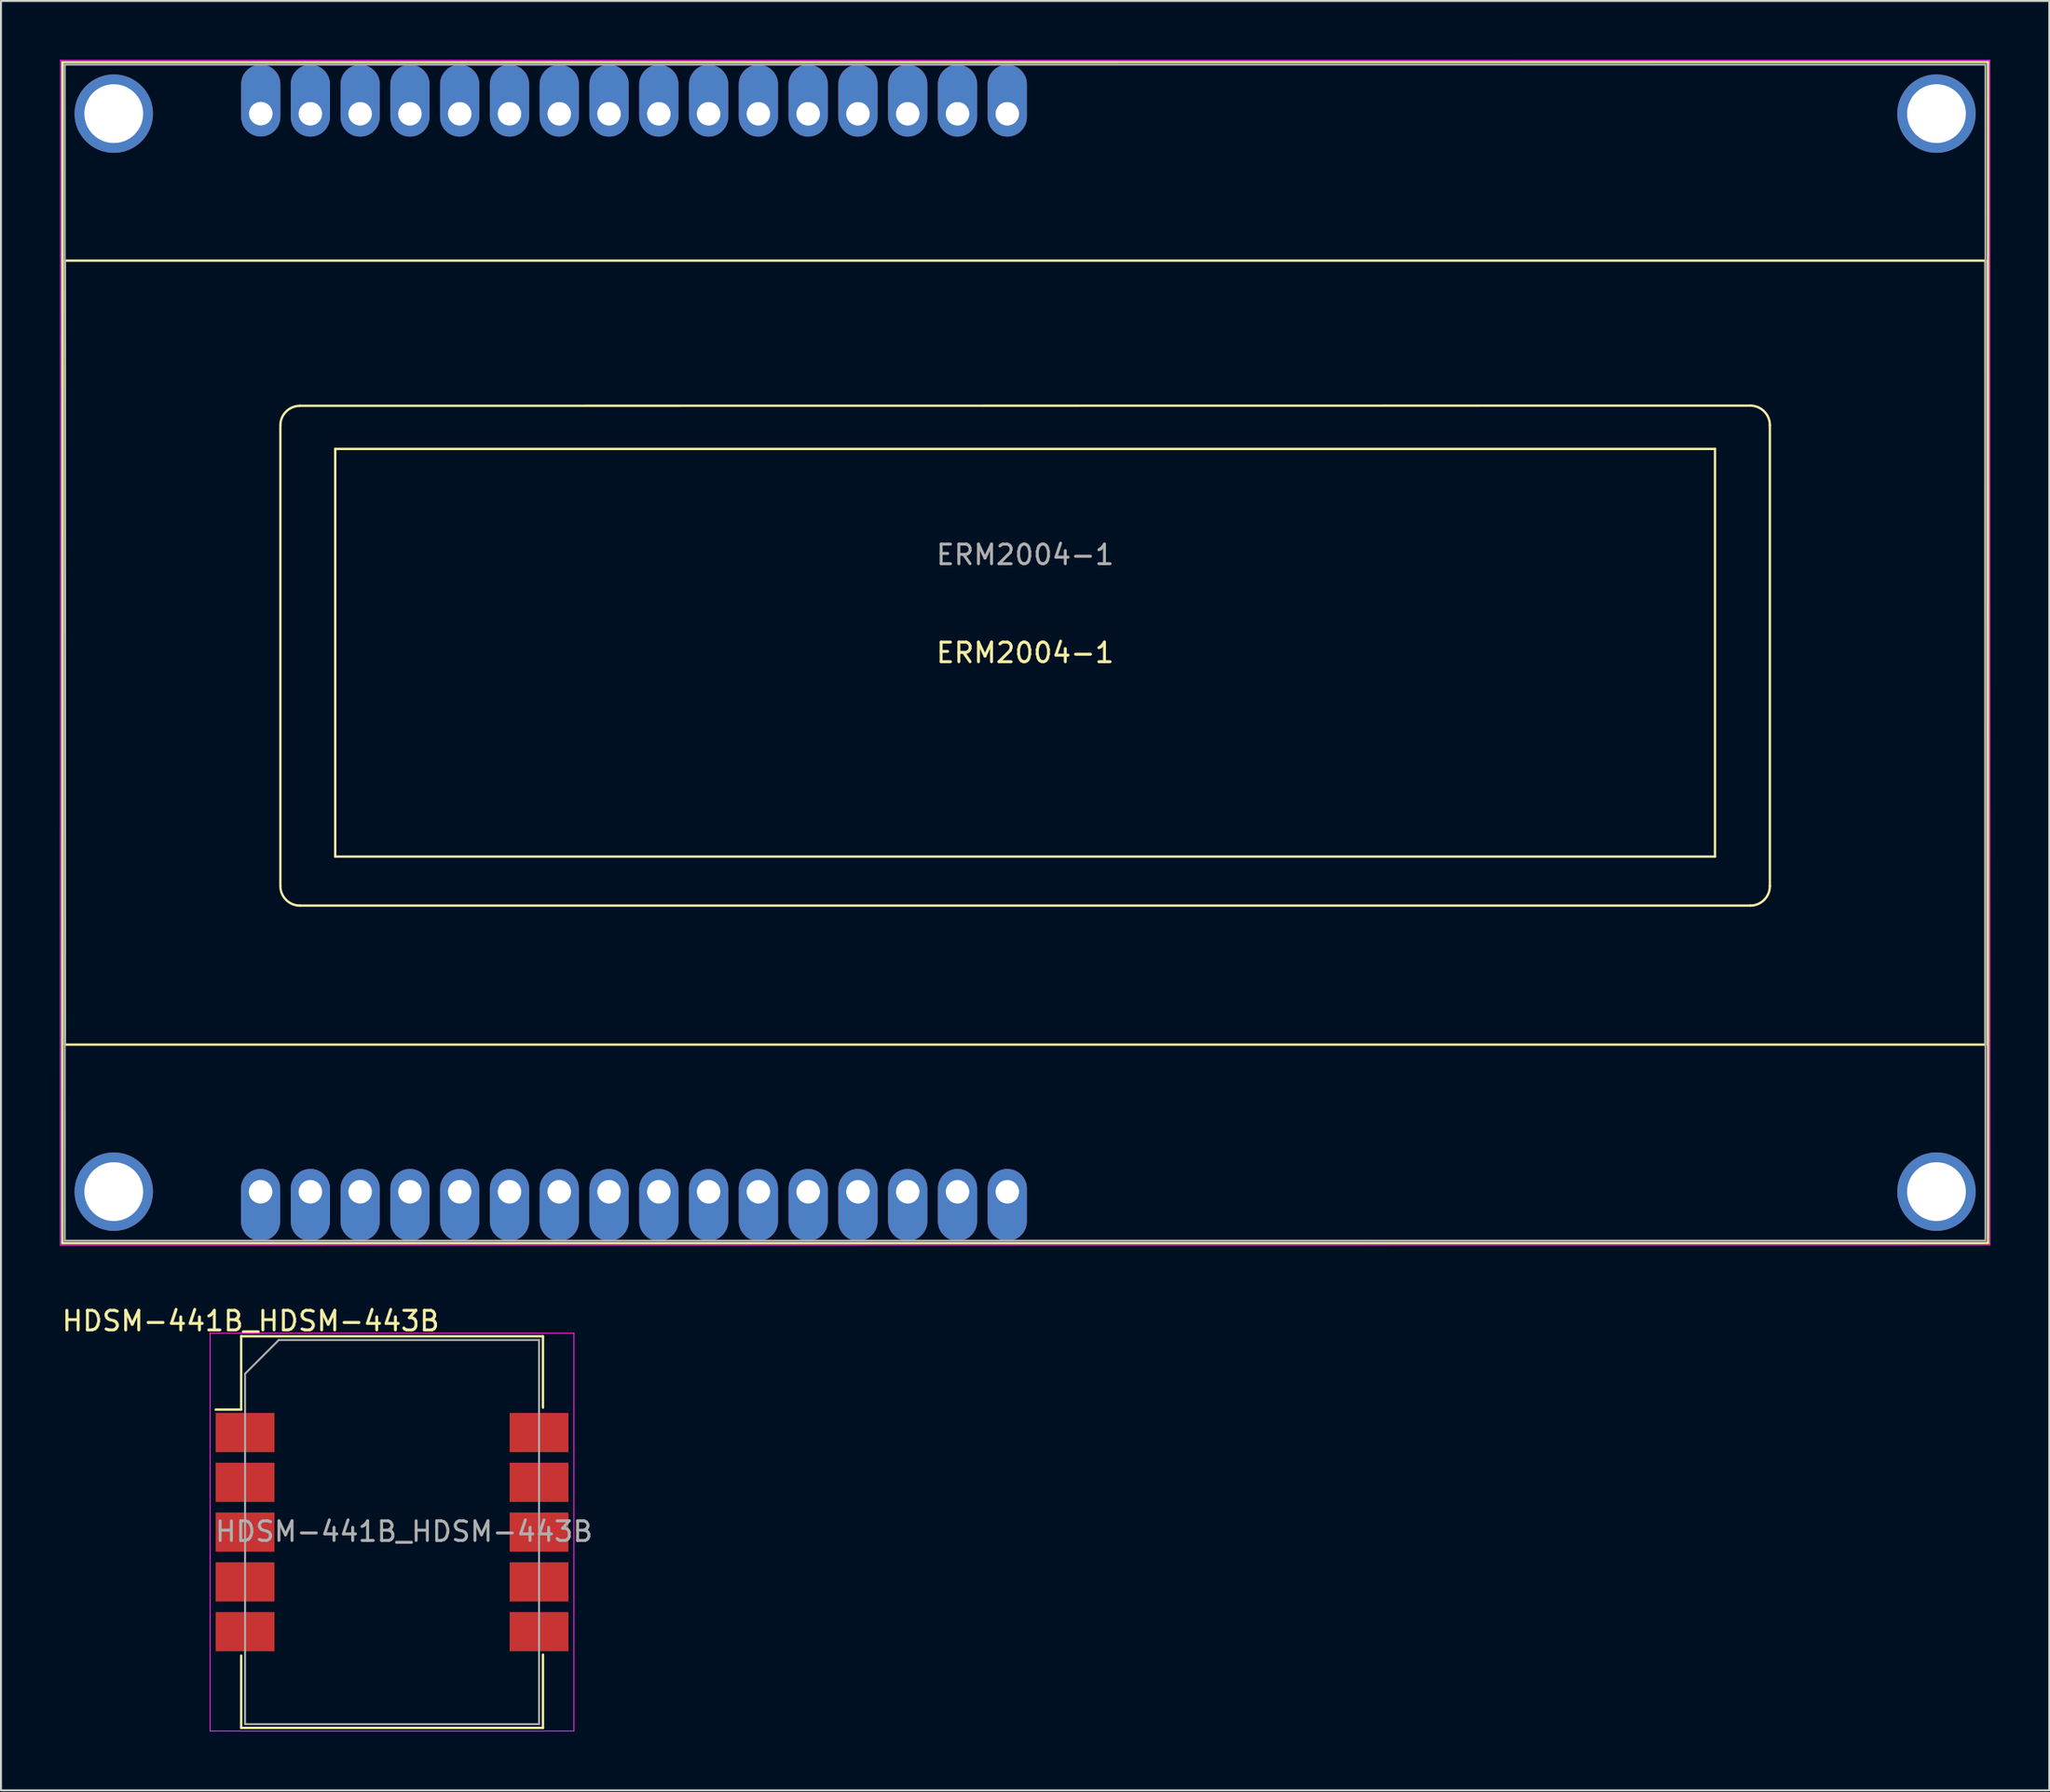
<source format=kicad_pcb>
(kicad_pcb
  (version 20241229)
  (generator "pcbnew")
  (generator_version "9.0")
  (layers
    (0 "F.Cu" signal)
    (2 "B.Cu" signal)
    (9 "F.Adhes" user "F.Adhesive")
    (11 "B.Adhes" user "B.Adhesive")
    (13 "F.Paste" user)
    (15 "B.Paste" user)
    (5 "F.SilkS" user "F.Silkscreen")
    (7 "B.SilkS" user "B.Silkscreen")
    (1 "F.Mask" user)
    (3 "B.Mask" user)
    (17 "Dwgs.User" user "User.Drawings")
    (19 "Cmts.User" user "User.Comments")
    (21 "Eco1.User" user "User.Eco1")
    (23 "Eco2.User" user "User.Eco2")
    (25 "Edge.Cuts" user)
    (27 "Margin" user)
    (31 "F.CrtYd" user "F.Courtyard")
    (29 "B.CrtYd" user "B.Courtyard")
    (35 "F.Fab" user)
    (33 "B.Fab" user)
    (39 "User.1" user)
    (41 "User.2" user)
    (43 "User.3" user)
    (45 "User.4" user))
  (footprint "ERM2004-1"
    (layer "F.Cu")
    (at 10.275 2.735)
    (property "Reference" "ERM2004-1" (at 38.98 27.52 0) (layer "F.SilkS") (effects (font (size 1 1) (thickness 0.15))))
    (attr through_hole)
    (fp_line (start -10.15 57.64) (end 88.11 57.64) (stroke (width 0.12) (type solid)) (layer "F.SilkS"))
    (fp_line (start -10.14 -2.61) (end -10.15 57.64) (stroke (width 0.12) (type solid)) (layer "F.SilkS"))
    (fp_line (start -10.14 -2.61) (end 88.11 -2.62) (stroke (width 0.12) (type solid)) (layer "F.SilkS"))
    (fp_line (start -10.02 7.513) (end -10.02 47.513) (stroke (width 0.12) (type solid)) (layer "F.SilkS"))
    (fp_line (start -10.02 7.513) (end 87.98 7.513) (stroke (width 0.12) (type solid)) (layer "F.SilkS"))
    (fp_line (start 0.98 15.92) (end 0.98 39.42) (stroke (width 0.12) (type solid)) (layer "F.SilkS"))
    (fp_line (start 1.98 14.92) (end 75.98 14.91) (stroke (width 0.12) (type solid)) (layer "F.SilkS"))
    (fp_line (start 1.98 40.42) (end 75.98 40.42) (stroke (width 0.12) (type solid)) (layer "F.SilkS"))
    (fp_line (start 3.78 17.12) (end 3.78 37.92) (stroke (width 0.12) (type solid)) (layer "F.SilkS"))
    (fp_line (start 3.78 17.12) (end 74.18 17.12) (stroke (width 0.12) (type solid)) (layer "F.SilkS"))
    (fp_line (start 3.78 37.92) (end 74.18 37.92) (stroke (width 0.12) (type solid)) (layer "F.SilkS"))
    (fp_line (start 74.18 17.12) (end 74.18 37.92) (stroke (width 0.12) (type solid)) (layer "F.SilkS"))
    (fp_line (start 76.98 15.91) (end 76.98 39.42) (stroke (width 0.12) (type solid)) (layer "F.SilkS"))
    (fp_line (start 87.98 7.513) (end 87.98 47.513) (stroke (width 0.12) (type solid)) (layer "F.SilkS"))
    (fp_line (start 87.98 47.513) (end -10.02 47.513) (stroke (width 0.12) (type solid)) (layer "F.SilkS"))
    (fp_line (start 88.11 -2.62) (end 88.11 57.64) (stroke (width 0.12) (type solid)) (layer "F.SilkS"))
    (fp_arc (start 0.98 15.92) (mid 1.272893 15.212893) (end 1.98 14.92) (stroke (width 0.12) (type solid)) (layer "F.SilkS"))
    (fp_arc (start 1.98 40.42) (mid 1.272893 40.127107) (end 0.98 39.42) (stroke (width 0.12) (type solid)) (layer "F.SilkS"))
    (fp_arc (start 75.98 14.91) (mid 76.687107 15.202893) (end 76.98 15.91) (stroke (width 0.12) (type solid)) (layer "F.SilkS"))
    (fp_arc (start 76.98 39.42) (mid 76.687107 40.127107) (end 75.98 40.42) (stroke (width 0.12) (type solid)) (layer "F.SilkS"))
    (fp_line (start -10.25 57.74) (end -10.24 -2.71) (stroke (width 0.05) (type solid)) (layer "F.CrtYd"))
    (fp_line (start -10.25 57.74) (end 88.21 57.73) (stroke (width 0.05) (type solid)) (layer "F.CrtYd"))
    (fp_line (start -10.24 -2.71) (end 88.2 -2.71) (stroke (width 0.05) (type solid)) (layer "F.CrtYd"))
    (fp_line (start 88.21 57.73) (end 88.2 -2.71) (stroke (width 0.05) (type solid)) (layer "F.CrtYd"))
    (fp_line (start -10.02 -2.487) (end -10.02 57.513) (stroke (width 0.1) (type solid)) (layer "F.Fab"))
    (fp_line (start -10.02 -2.487) (end 87.98 -2.487) (stroke (width 0.1) (type solid)) (layer "F.Fab"))
    (fp_line (start -10.02 57.513) (end 87.98 57.513) (stroke (width 0.1) (type solid)) (layer "F.Fab"))
    (fp_line (start 87.98 -2.487) (end 87.98 57.513) (stroke (width 0.1) (type solid)) (layer "F.Fab"))
    (fp_text user "${REFERENCE}" (at 38.98 22.52 0) (layer "F.Fab") (effects (font (size 1 1) (thickness 0.15))))
    (pad "" thru_hole circle (at -7.52 0.013) (size 4 4) (drill 3) (layers "*.Cu" "*.Mask"))
    (pad "" thru_hole circle (at -7.52 55.013) (size 4 4) (drill 3) (layers "*.Cu" "*.Mask"))
    (pad "" thru_hole circle (at 85.48 0.013) (size 4 4) (drill 3) (layers "*.Cu" "*.Mask"))
    (pad "" thru_hole circle (at 85.48 55.013) (size 4 4) (drill 3) (layers "*.Cu" "*.Mask"))
    (pad "1" thru_hole oval (at -0.03 55.02) (size 2 3.67) (drill 1.2 (offset 0 0.67)) (layers "*.Cu" "*.Mask"))
    (pad "1" thru_hole oval (at -0.02 0.013) (size 2 3.67) (drill 1.2 (offset 0 -0.67)) (layers "*.Cu" "*.Mask"))
    (pad "2" thru_hole oval (at 2.51 0.02) (size 2 3.67) (drill 1.2 (offset 0 -0.67)) (layers "*.Cu" "*.Mask"))
    (pad "2" thru_hole oval (at 2.51 55.02) (size 2 3.67) (drill 1.2 (offset 0 0.67)) (layers "*.Cu" "*.Mask"))
    (pad "3" thru_hole oval (at 5.05 0.02) (size 2 3.67) (drill 1.2 (offset 0 -0.67)) (layers "*.Cu" "*.Mask"))
    (pad "3" thru_hole oval (at 5.05 55.02) (size 2 3.67) (drill 1.2 (offset 0 0.67)) (layers "*.Cu" "*.Mask"))
    (pad "4" thru_hole oval (at 7.59 0.02) (size 2 3.67) (drill 1.2 (offset 0 -0.67)) (layers "*.Cu" "*.Mask"))
    (pad "4" thru_hole oval (at 7.59 55.02) (size 2 3.67) (drill 1.2 (offset 0 0.67)) (layers "*.Cu" "*.Mask"))
    (pad "5" thru_hole oval (at 10.13 0.02) (size 2 3.67) (drill 1.2 (offset 0 -0.67)) (layers "*.Cu" "*.Mask"))
    (pad "5" thru_hole oval (at 10.13 55.02) (size 2 3.67) (drill 1.2 (offset 0 0.67)) (layers "*.Cu" "*.Mask"))
    (pad "6" thru_hole oval (at 12.67 0.02) (size 2 3.67) (drill 1.2 (offset 0 -0.67)) (layers "*.Cu" "*.Mask"))
    (pad "6" thru_hole oval (at 12.67 55.02) (size 2 3.67) (drill 1.2 (offset 0 0.67)) (layers "*.Cu" "*.Mask"))
    (pad "7" thru_hole oval (at 15.21 0.02) (size 2 3.67) (drill 1.2 (offset 0 -0.67)) (layers "*.Cu" "*.Mask"))
    (pad "7" thru_hole oval (at 15.21 55.02) (size 2 3.67) (drill 1.2 (offset 0 0.67)) (layers "*.Cu" "*.Mask"))
    (pad "8" thru_hole oval (at 17.75 0.02) (size 2 3.67) (drill 1.2 (offset 0 -0.67)) (layers "*.Cu" "*.Mask"))
    (pad "8" thru_hole oval (at 17.75 55.02) (size 2 3.67) (drill 1.2 (offset 0 0.67)) (layers "*.Cu" "*.Mask"))
    (pad "9" thru_hole oval (at 20.29 0.02) (size 2 3.67) (drill 1.2 (offset 0 -0.67)) (layers "*.Cu" "*.Mask"))
    (pad "9" thru_hole oval (at 20.29 55.02) (size 2 3.67) (drill 1.2 (offset 0 0.67)) (layers "*.Cu" "*.Mask"))
    (pad "10" thru_hole oval (at 22.83 0.02) (size 2 3.67) (drill 1.2 (offset 0 -0.67)) (layers "*.Cu" "*.Mask"))
    (pad "10" thru_hole oval (at 22.83 55.02) (size 2 3.67) (drill 1.2 (offset 0 0.67)) (layers "*.Cu" "*.Mask"))
    (pad "11" thru_hole oval (at 25.37 0.02) (size 2 3.67) (drill 1.2 (offset 0 -0.67)) (layers "*.Cu" "*.Mask"))
    (pad "11" thru_hole oval (at 25.37 55.02) (size 2 3.67) (drill 1.2 (offset 0 0.67)) (layers "*.Cu" "*.Mask"))
    (pad "12" thru_hole oval (at 27.91 0.02) (size 2 3.67) (drill 1.2 (offset 0 -0.67)) (layers "*.Cu" "*.Mask"))
    (pad "12" thru_hole oval (at 27.91 55.02) (size 2 3.67) (drill 1.2 (offset 0 0.67)) (layers "*.Cu" "*.Mask"))
    (pad "13" thru_hole oval (at 30.45 0.02) (size 2 3.67) (drill 1.2 (offset 0 -0.67)) (layers "*.Cu" "*.Mask"))
    (pad "13" thru_hole oval (at 30.45 55.02) (size 2 3.67) (drill 1.2 (offset 0 0.67)) (layers "*.Cu" "*.Mask"))
    (pad "14" thru_hole oval (at 32.99 0.02) (size 2 3.67) (drill 1.2 (offset 0 -0.67)) (layers "*.Cu" "*.Mask"))
    (pad "14" thru_hole oval (at 32.99 55.02) (size 2 3.67) (drill 1.2 (offset 0 0.67)) (layers "*.Cu" "*.Mask"))
    (pad "15" thru_hole oval (at 35.53 0.02) (size 2 3.67) (drill 1.2 (offset 0 -0.67)) (layers "*.Cu" "*.Mask"))
    (pad "15" thru_hole oval (at 35.53 55.02) (size 2 3.67) (drill 1.2 (offset 0 0.67)) (layers "*.Cu" "*.Mask"))
    (pad "16" thru_hole oval (at 38.07 0.02) (size 2 3.67) (drill 1.2 (offset 0 -0.67)) (layers "*.Cu" "*.Mask"))
    (pad "16" thru_hole oval (at 38.07 55.02) (size 2 3.67) (drill 1.2 (offset 0 0.67)) (layers "*.Cu" "*.Mask")))
  (footprint "HDSM-441B_HDSM-443B"
    (layer "F.Cu")
    (at 16.954 75.118)
    (property "Reference" "HDSM-441B_HDSM-443B" (at -7.21 -10.77 0) (layer "F.SilkS") (effects (font (size 1 1) (thickness 0.15))))
    (attr smd)
    (fp_line (start -9 -6.25) (end -7.7 -6.25) (stroke (width 0.12) (type solid)) (layer "F.SilkS"))
    (fp_line (start -7.7 -9.99) (end 7.7 -9.99) (stroke (width 0.12) (type solid)) (layer "F.SilkS"))
    (fp_line (start -7.7 -6.25) (end -7.7 -10) (stroke (width 0.12) (type solid)) (layer "F.SilkS"))
    (fp_line (start -7.7 6.3) (end -7.7 9.99) (stroke (width 0.12) (type solid)) (layer "F.SilkS"))
    (fp_line (start 7.7 -9.99) (end 7.7 -6.35) (stroke (width 0.12) (type solid)) (layer "F.SilkS"))
    (fp_line (start 7.7 6.25) (end 7.7 9.99) (stroke (width 0.12) (type solid)) (layer "F.SilkS"))
    (fp_line (start 7.7 9.99) (end -7.7 9.99) (stroke (width 0.12) (type solid)) (layer "F.SilkS"))
    (fp_line (start -9.28 -10.15) (end 9.28 -10.15) (stroke (width 0.05) (type solid)) (layer "F.CrtYd"))
    (fp_line (start -9.28 10.15) (end -9.28 -10.15) (stroke (width 0.05) (type solid)) (layer "F.CrtYd"))
    (fp_line (start 9.28 -10.15) (end 9.28 10.15) (stroke (width 0.05) (type solid)) (layer "F.CrtYd"))
    (fp_line (start 9.28 10.15) (end -9.28 10.15) (stroke (width 0.05) (type solid)) (layer "F.CrtYd"))
    (fp_line (start -7.5 -8.08) (end -7.5 9.8) (stroke (width 0.1) (type solid)) (layer "F.Fab"))
    (fp_line (start -7.5 -8.08) (end -5.78 -9.8) (stroke (width 0.1) (type solid)) (layer "F.Fab"))
    (fp_line (start 7.5 -9.8) (end -5.78 -9.8) (stroke (width 0.1) (type solid)) (layer "F.Fab"))
    (fp_line (start 7.5 -9.8) (end 7.5 9.8) (stroke (width 0.1) (type solid)) (layer "F.Fab"))
    (fp_line (start 7.5 9.8) (end -7.5 9.8) (stroke (width 0.1) (type solid)) (layer "F.Fab"))
    (fp_text user "${REFERENCE}" (at 0.61 -0.03 0) (layer "F.Fab") (effects (font (size 1 1) (thickness 0.15))))
    (pad "1" smd rect (at -7.5 -5.08 270) (size 2 3) (layers "F.Cu" "F.Mask" "F.Paste"))
    (pad "2" smd rect (at -7.5 -2.54 270) (size 2 3) (layers "F.Cu" "F.Mask" "F.Paste"))
    (pad "3" smd rect (at -7.5 0 270) (size 2 3) (layers "F.Cu" "F.Mask" "F.Paste"))
    (pad "4" smd rect (at -7.5 2.54 270) (size 2 3) (layers "F.Cu" "F.Mask" "F.Paste"))
    (pad "5" smd rect (at -7.5 5.08 270) (size 2 3) (layers "F.Cu" "F.Mask" "F.Paste"))
    (pad "6" smd rect (at 7.5 5.08 270) (size 2 3) (layers "F.Cu" "F.Mask" "F.Paste"))
    (pad "7" smd rect (at 7.5 2.54 270) (size 2 3) (layers "F.Cu" "F.Mask" "F.Paste"))
    (pad "8" smd rect (at 7.5 0 270) (size 2 3) (layers "F.Cu" "F.Mask" "F.Paste"))
    (pad "9" smd rect (at 7.5 -2.54 270) (size 2 3) (layers "F.Cu" "F.Mask" "F.Paste"))
    (pad "10" smd rect (at 7.5 -5.08 270) (size 2 3) (layers "F.Cu" "F.Mask" "F.Paste")))
  (gr_rect
    (start -3 -3)
    (end 101.51 88.293)
    (stroke (width 0.1) (type default))
    (fill no)
    (layer "Edge.Cuts")))
</source>
